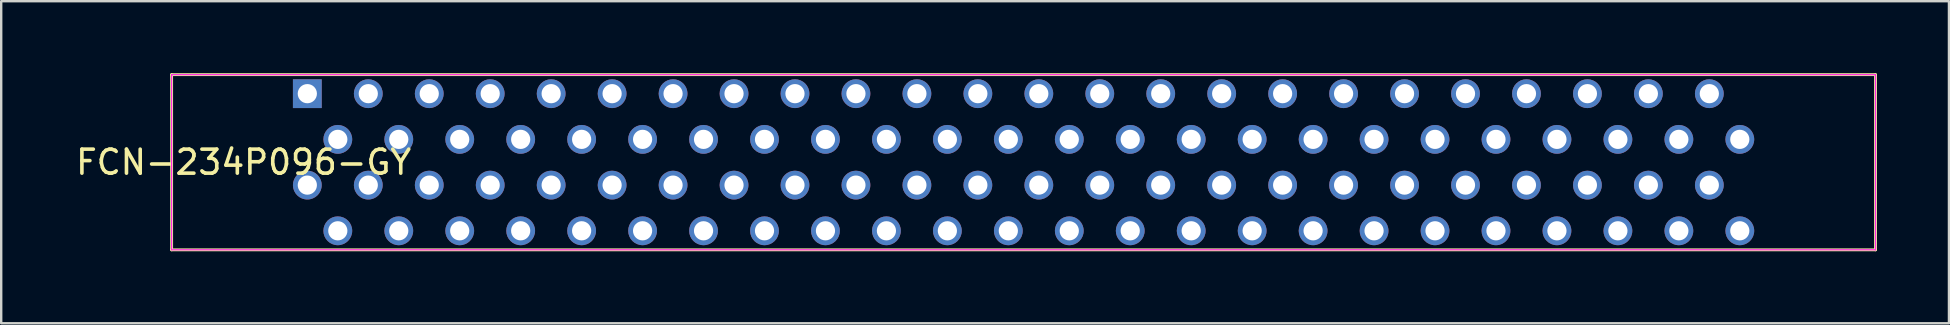
<source format=kicad_pcb>
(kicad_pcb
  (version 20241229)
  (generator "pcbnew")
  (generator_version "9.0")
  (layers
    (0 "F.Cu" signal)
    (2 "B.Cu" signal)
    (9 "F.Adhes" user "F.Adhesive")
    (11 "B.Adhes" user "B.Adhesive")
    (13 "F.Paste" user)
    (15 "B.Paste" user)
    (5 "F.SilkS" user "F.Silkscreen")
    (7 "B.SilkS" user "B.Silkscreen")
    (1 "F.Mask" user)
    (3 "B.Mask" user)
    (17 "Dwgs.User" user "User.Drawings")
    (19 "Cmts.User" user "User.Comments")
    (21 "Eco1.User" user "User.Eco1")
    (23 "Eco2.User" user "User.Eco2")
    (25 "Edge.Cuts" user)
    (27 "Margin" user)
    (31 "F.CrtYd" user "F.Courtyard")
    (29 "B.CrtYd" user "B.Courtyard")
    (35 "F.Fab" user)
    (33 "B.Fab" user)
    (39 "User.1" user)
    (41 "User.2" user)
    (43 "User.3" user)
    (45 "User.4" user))
  (footprint "FCN-234P096-GY"
    (layer "F.Cu")
    (at 39.601 3.71)
    (property "Reference" "FCN-234P096-GY" (at -32.5 0 0) (layer "F.SilkS") (effects (font (size 1 1) (thickness 0.15))))
    (attr through_hole)
    (fp_line (start -35.5 -3.65) (end -35.5 3.65) (stroke (width 0.12) (type solid)) (layer "F.SilkS"))
    (fp_line (start -35.5 3.65) (end 35.5 3.65) (stroke (width 0.12) (type solid)) (layer "F.SilkS"))
    (fp_line (start 35.5 -3.65) (end -35.5 -3.65) (stroke (width 0.12) (type solid)) (layer "F.SilkS"))
    (fp_line (start 35.5 3.65) (end 35.5 -3.65) (stroke (width 0.12) (type solid)) (layer "F.SilkS"))
    (fp_line (start -35.5 -3.65) (end -35.5 3.65) (stroke (width 0.05) (type solid)) (layer "F.CrtYd"))
    (fp_line (start -35.5 3.65) (end 35.5 3.65) (stroke (width 0.05) (type solid)) (layer "F.CrtYd"))
    (fp_line (start 35.5 -3.65) (end -35.5 -3.65) (stroke (width 0.05) (type solid)) (layer "F.CrtYd"))
    (fp_line (start 35.5 3.65) (end 35.5 -3.65) (stroke (width 0.05) (type solid)) (layer "F.CrtYd"))
    (pad "01" thru_hole rect (at -29.845 -2.857) (size 1.2 1.2) (drill 0.8) (layers "*.Cu" "*.Mask"))
    (pad "02" thru_hole circle (at -28.575 -0.953) (size 1.2 1.2) (drill 0.8) (layers "*.Cu" "*.Mask"))
    (pad "03" thru_hole circle (at -27.305 -2.857) (size 1.2 1.2) (drill 0.8) (layers "*.Cu" "*.Mask"))
    (pad "04" thru_hole circle (at -26.035 -0.953) (size 1.2 1.2) (drill 0.8) (layers "*.Cu" "*.Mask"))
    (pad "05" thru_hole circle (at -24.765 -2.857) (size 1.2 1.2) (drill 0.8) (layers "*.Cu" "*.Mask"))
    (pad "06" thru_hole circle (at -23.495 -0.953) (size 1.2 1.2) (drill 0.8) (layers "*.Cu" "*.Mask"))
    (pad "07" thru_hole circle (at -22.225 -2.857) (size 1.2 1.2) (drill 0.8) (layers "*.Cu" "*.Mask"))
    (pad "08" thru_hole circle (at -20.955 -0.953) (size 1.2 1.2) (drill 0.8) (layers "*.Cu" "*.Mask"))
    (pad "09" thru_hole circle (at -19.685 -2.857) (size 1.2 1.2) (drill 0.8) (layers "*.Cu" "*.Mask"))
    (pad "10" thru_hole circle (at -18.415 -0.953) (size 1.2 1.2) (drill 0.8) (layers "*.Cu" "*.Mask"))
    (pad "11" thru_hole circle (at -17.145 -2.857) (size 1.2 1.2) (drill 0.8) (layers "*.Cu" "*.Mask"))
    (pad "12" thru_hole circle (at -15.875 -0.953) (size 1.2 1.2) (drill 0.8) (layers "*.Cu" "*.Mask"))
    (pad "13" thru_hole circle (at -14.605 -2.857) (size 1.2 1.2) (drill 0.8) (layers "*.Cu" "*.Mask"))
    (pad "14" thru_hole circle (at -13.335 -0.953) (size 1.2 1.2) (drill 0.8) (layers "*.Cu" "*.Mask"))
    (pad "15" thru_hole circle (at -12.065 -2.857) (size 1.2 1.2) (drill 0.8) (layers "*.Cu" "*.Mask"))
    (pad "16" thru_hole circle (at -10.795 -0.953) (size 1.2 1.2) (drill 0.8) (layers "*.Cu" "*.Mask"))
    (pad "17" thru_hole circle (at -9.525 -2.857) (size 1.2 1.2) (drill 0.8) (layers "*.Cu" "*.Mask"))
    (pad "18" thru_hole circle (at -8.255 -0.953) (size 1.2 1.2) (drill 0.8) (layers "*.Cu" "*.Mask"))
    (pad "19" thru_hole circle (at -6.985 -2.857) (size 1.2 1.2) (drill 0.8) (layers "*.Cu" "*.Mask"))
    (pad "20" thru_hole circle (at -5.715 -0.953) (size 1.2 1.2) (drill 0.8) (layers "*.Cu" "*.Mask"))
    (pad "21" thru_hole circle (at -4.445 -2.857) (size 1.2 1.2) (drill 0.8) (layers "*.Cu" "*.Mask"))
    (pad "22" thru_hole circle (at -3.175 -0.953) (size 1.2 1.2) (drill 0.8) (layers "*.Cu" "*.Mask"))
    (pad "23" thru_hole circle (at -1.905 -2.857) (size 1.2 1.2) (drill 0.8) (layers "*.Cu" "*.Mask"))
    (pad "24" thru_hole circle (at -0.635 -0.953) (size 1.2 1.2) (drill 0.8) (layers "*.Cu" "*.Mask"))
    (pad "25" thru_hole circle (at 0.635 -2.857) (size 1.2 1.2) (drill 0.8) (layers "*.Cu" "*.Mask"))
    (pad "26" thru_hole circle (at 1.905 -0.953) (size 1.2 1.2) (drill 0.8) (layers "*.Cu" "*.Mask"))
    (pad "27" thru_hole circle (at 3.175 -2.857) (size 1.2 1.2) (drill 0.8) (layers "*.Cu" "*.Mask"))
    (pad "28" thru_hole circle (at 4.445 -0.953) (size 1.2 1.2) (drill 0.8) (layers "*.Cu" "*.Mask"))
    (pad "29" thru_hole circle (at 5.715 -2.857) (size 1.2 1.2) (drill 0.8) (layers "*.Cu" "*.Mask"))
    (pad "30" thru_hole circle (at 6.985 -0.953) (size 1.2 1.2) (drill 0.8) (layers "*.Cu" "*.Mask"))
    (pad "31" thru_hole circle (at 8.255 -2.857) (size 1.2 1.2) (drill 0.8) (layers "*.Cu" "*.Mask"))
    (pad "32" thru_hole circle (at 9.525 -0.953) (size 1.2 1.2) (drill 0.8) (layers "*.Cu" "*.Mask"))
    (pad "33" thru_hole circle (at 10.795 -2.857) (size 1.2 1.2) (drill 0.8) (layers "*.Cu" "*.Mask"))
    (pad "34" thru_hole circle (at 12.065 -0.953) (size 1.2 1.2) (drill 0.8) (layers "*.Cu" "*.Mask"))
    (pad "35" thru_hole circle (at 13.335 -2.857) (size 1.2 1.2) (drill 0.8) (layers "*.Cu" "*.Mask"))
    (pad "36" thru_hole circle (at 14.605 -0.953) (size 1.2 1.2) (drill 0.8) (layers "*.Cu" "*.Mask"))
    (pad "37" thru_hole circle (at 15.875 -2.857) (size 1.2 1.2) (drill 0.8) (layers "*.Cu" "*.Mask"))
    (pad "38" thru_hole circle (at 17.145 -0.953) (size 1.2 1.2) (drill 0.8) (layers "*.Cu" "*.Mask"))
    (pad "39" thru_hole circle (at 18.415 -2.857) (size 1.2 1.2) (drill 0.8) (layers "*.Cu" "*.Mask"))
    (pad "40" thru_hole circle (at 19.685 -0.953) (size 1.2 1.2) (drill 0.8) (layers "*.Cu" "*.Mask"))
    (pad "41" thru_hole circle (at 20.955 -2.857) (size 1.2 1.2) (drill 0.8) (layers "*.Cu" "*.Mask"))
    (pad "42" thru_hole circle (at 22.225 -0.953) (size 1.2 1.2) (drill 0.8) (layers "*.Cu" "*.Mask"))
    (pad "43" thru_hole circle (at 23.495 -2.857) (size 1.2 1.2) (drill 0.8) (layers "*.Cu" "*.Mask"))
    (pad "44" thru_hole circle (at 24.765 -0.953) (size 1.2 1.2) (drill 0.8) (layers "*.Cu" "*.Mask"))
    (pad "45" thru_hole circle (at 26.035 -2.857) (size 1.2 1.2) (drill 0.8) (layers "*.Cu" "*.Mask"))
    (pad "46" thru_hole circle (at 27.305 -0.953) (size 1.2 1.2) (drill 0.8) (layers "*.Cu" "*.Mask"))
    (pad "47" thru_hole circle (at 28.575 -2.857) (size 1.2 1.2) (drill 0.8) (layers "*.Cu" "*.Mask"))
    (pad "48" thru_hole circle (at 29.845 -0.953) (size 1.2 1.2) (drill 0.8) (layers "*.Cu" "*.Mask"))
    (pad "49" thru_hole circle (at -29.845 0.953) (size 1.2 1.2) (drill 0.8) (layers "*.Cu" "*.Mask"))
    (pad "50" thru_hole circle (at -28.575 2.857) (size 1.2 1.2) (drill 0.8) (layers "*.Cu" "*.Mask"))
    (pad "51" thru_hole circle (at -27.305 0.953) (size 1.2 1.2) (drill 0.8) (layers "*.Cu" "*.Mask"))
    (pad "52" thru_hole circle (at -26.035 2.857) (size 1.2 1.2) (drill 0.8) (layers "*.Cu" "*.Mask"))
    (pad "53" thru_hole circle (at -24.765 0.953) (size 1.2 1.2) (drill 0.8) (layers "*.Cu" "*.Mask"))
    (pad "54" thru_hole circle (at -23.495 2.857) (size 1.2 1.2) (drill 0.8) (layers "*.Cu" "*.Mask"))
    (pad "55" thru_hole circle (at -22.225 0.953) (size 1.2 1.2) (drill 0.8) (layers "*.Cu" "*.Mask"))
    (pad "56" thru_hole circle (at -20.955 2.857) (size 1.2 1.2) (drill 0.8) (layers "*.Cu" "*.Mask"))
    (pad "57" thru_hole circle (at -19.685 0.953) (size 1.2 1.2) (drill 0.8) (layers "*.Cu" "*.Mask"))
    (pad "58" thru_hole circle (at -18.415 2.857) (size 1.2 1.2) (drill 0.8) (layers "*.Cu" "*.Mask"))
    (pad "59" thru_hole circle (at -17.145 0.953) (size 1.2 1.2) (drill 0.8) (layers "*.Cu" "*.Mask"))
    (pad "60" thru_hole circle (at -15.875 2.857) (size 1.2 1.2) (drill 0.8) (layers "*.Cu" "*.Mask"))
    (pad "61" thru_hole circle (at -14.605 0.953) (size 1.2 1.2) (drill 0.8) (layers "*.Cu" "*.Mask"))
    (pad "62" thru_hole circle (at -13.335 2.857) (size 1.2 1.2) (drill 0.8) (layers "*.Cu" "*.Mask"))
    (pad "63" thru_hole circle (at -12.065 0.953) (size 1.2 1.2) (drill 0.8) (layers "*.Cu" "*.Mask"))
    (pad "64" thru_hole circle (at -10.795 2.857) (size 1.2 1.2) (drill 0.8) (layers "*.Cu" "*.Mask"))
    (pad "65" thru_hole circle (at -9.525 0.953) (size 1.2 1.2) (drill 0.8) (layers "*.Cu" "*.Mask"))
    (pad "66" thru_hole circle (at -8.255 2.857) (size 1.2 1.2) (drill 0.8) (layers "*.Cu" "*.Mask"))
    (pad "67" thru_hole circle (at -6.985 0.953) (size 1.2 1.2) (drill 0.8) (layers "*.Cu" "*.Mask"))
    (pad "68" thru_hole circle (at -5.715 2.857) (size 1.2 1.2) (drill 0.8) (layers "*.Cu" "*.Mask"))
    (pad "69" thru_hole circle (at -4.445 0.953) (size 1.2 1.2) (drill 0.8) (layers "*.Cu" "*.Mask"))
    (pad "70" thru_hole circle (at -3.175 2.857) (size 1.2 1.2) (drill 0.8) (layers "*.Cu" "*.Mask"))
    (pad "71" thru_hole circle (at -1.905 0.953) (size 1.2 1.2) (drill 0.8) (layers "*.Cu" "*.Mask"))
    (pad "72" thru_hole circle (at -0.635 2.857) (size 1.2 1.2) (drill 0.8) (layers "*.Cu" "*.Mask"))
    (pad "73" thru_hole circle (at 0.635 0.953) (size 1.2 1.2) (drill 0.8) (layers "*.Cu" "*.Mask"))
    (pad "74" thru_hole circle (at 1.905 2.857) (size 1.2 1.2) (drill 0.8) (layers "*.Cu" "*.Mask"))
    (pad "75" thru_hole circle (at 3.175 0.953) (size 1.2 1.2) (drill 0.8) (layers "*.Cu" "*.Mask"))
    (pad "76" thru_hole circle (at 4.445 2.857) (size 1.2 1.2) (drill 0.8) (layers "*.Cu" "*.Mask"))
    (pad "77" thru_hole circle (at 5.715 0.953) (size 1.2 1.2) (drill 0.8) (layers "*.Cu" "*.Mask"))
    (pad "78" thru_hole circle (at 6.985 2.857) (size 1.2 1.2) (drill 0.8) (layers "*.Cu" "*.Mask"))
    (pad "79" thru_hole circle (at 8.255 0.953) (size 1.2 1.2) (drill 0.8) (layers "*.Cu" "*.Mask"))
    (pad "80" thru_hole circle (at 9.525 2.857) (size 1.2 1.2) (drill 0.8) (layers "*.Cu" "*.Mask"))
    (pad "81" thru_hole circle (at 10.795 0.953) (size 1.2 1.2) (drill 0.8) (layers "*.Cu" "*.Mask"))
    (pad "82" thru_hole circle (at 12.065 2.857) (size 1.2 1.2) (drill 0.8) (layers "*.Cu" "*.Mask"))
    (pad "83" thru_hole circle (at 13.335 0.953) (size 1.2 1.2) (drill 0.8) (layers "*.Cu" "*.Mask"))
    (pad "84" thru_hole circle (at 14.605 2.857) (size 1.2 1.2) (drill 0.8) (layers "*.Cu" "*.Mask"))
    (pad "85" thru_hole circle (at 15.875 0.953) (size 1.2 1.2) (drill 0.8) (layers "*.Cu" "*.Mask"))
    (pad "86" thru_hole circle (at 17.145 2.857) (size 1.2 1.2) (drill 0.8) (layers "*.Cu" "*.Mask"))
    (pad "87" thru_hole circle (at 18.415 0.953) (size 1.2 1.2) (drill 0.8) (layers "*.Cu" "*.Mask"))
    (pad "88" thru_hole circle (at 19.685 2.857) (size 1.2 1.2) (drill 0.8) (layers "*.Cu" "*.Mask"))
    (pad "89" thru_hole circle (at 20.955 0.953) (size 1.2 1.2) (drill 0.8) (layers "*.Cu" "*.Mask"))
    (pad "90" thru_hole circle (at 22.225 2.857) (size 1.2 1.2) (drill 0.8) (layers "*.Cu" "*.Mask"))
    (pad "91" thru_hole circle (at 23.495 0.953) (size 1.2 1.2) (drill 0.8) (layers "*.Cu" "*.Mask"))
    (pad "92" thru_hole circle (at 24.765 2.857) (size 1.2 1.2) (drill 0.8) (layers "*.Cu" "*.Mask"))
    (pad "93" thru_hole circle (at 26.035 0.953) (size 1.2 1.2) (drill 0.8) (layers "*.Cu" "*.Mask"))
    (pad "94" thru_hole circle (at 27.305 2.857) (size 1.2 1.2) (drill 0.8) (layers "*.Cu" "*.Mask"))
    (pad "95" thru_hole circle (at 28.575 0.953) (size 1.2 1.2) (drill 0.8) (layers "*.Cu" "*.Mask"))
    (pad "96" thru_hole circle (at 29.845 2.857) (size 1.2 1.2) (drill 0.8) (layers "*.Cu" "*.Mask")))
  (gr_rect
    (start -3 -3)
    (end 78.161 10.42)
    (stroke (width 0.1) (type default))
    (fill no)
    (layer "Edge.Cuts")))
</source>
